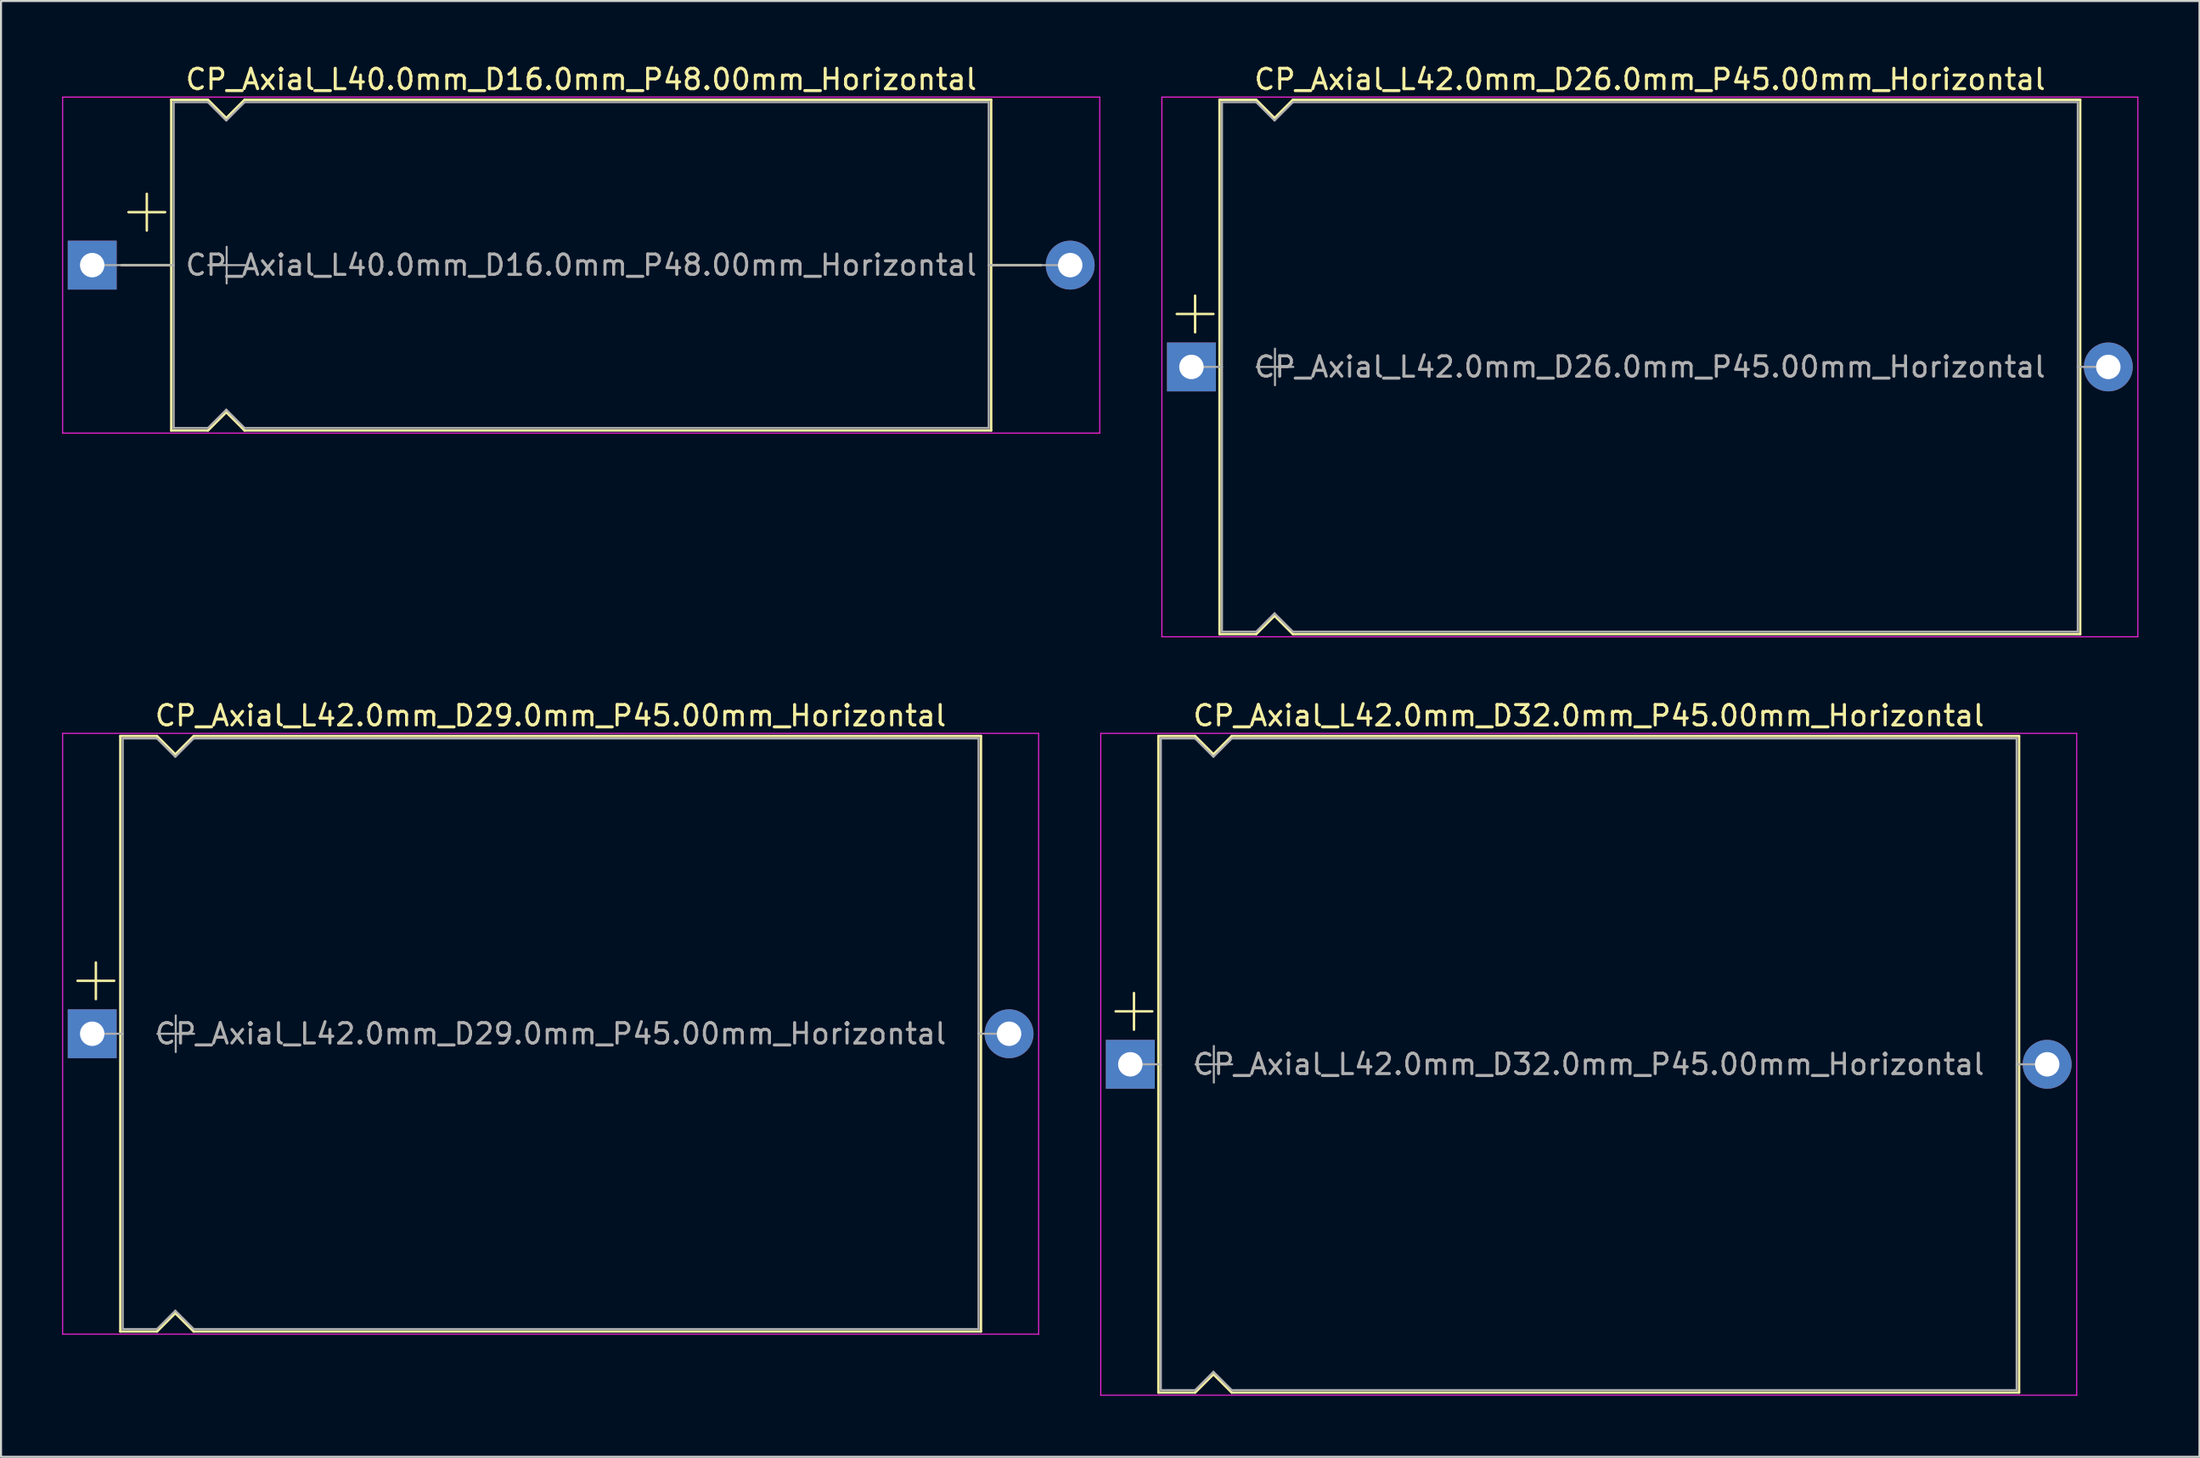
<source format=kicad_pcb>
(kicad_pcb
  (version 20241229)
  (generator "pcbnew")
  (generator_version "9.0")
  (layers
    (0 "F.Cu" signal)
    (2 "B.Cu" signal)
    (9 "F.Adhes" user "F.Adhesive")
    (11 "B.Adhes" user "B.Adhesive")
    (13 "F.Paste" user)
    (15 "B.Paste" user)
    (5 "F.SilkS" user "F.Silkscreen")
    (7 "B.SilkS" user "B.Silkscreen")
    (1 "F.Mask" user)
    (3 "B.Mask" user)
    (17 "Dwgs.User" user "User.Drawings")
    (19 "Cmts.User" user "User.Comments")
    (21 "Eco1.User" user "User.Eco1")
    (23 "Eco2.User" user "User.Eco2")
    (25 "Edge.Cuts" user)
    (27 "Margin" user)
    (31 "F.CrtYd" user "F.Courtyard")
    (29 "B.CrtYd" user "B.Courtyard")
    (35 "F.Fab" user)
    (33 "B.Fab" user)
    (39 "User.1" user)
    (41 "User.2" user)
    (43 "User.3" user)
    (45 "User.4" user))
  (footprint "CP_Axial_L42.0mm_D29.0mm_P45.00mm_Horizontal"
    (layer "F.Cu")
    (at 1.475 47.712)
    (property "Reference" "CP_Axial_L42.0mm_D29.0mm_P45.00mm_Horizontal" (at 22.5 -15.62 0) (layer "F.SilkS") (effects (font (size 1 1) (thickness 0.15))))
    (attr through_hole)
    (fp_line (start -0.72 -2.6) (end 1.08 -2.6) (stroke (width 0.12) (type solid)) (layer "F.SilkS"))
    (fp_line (start 0.18 -3.5) (end 0.18 -1.7) (stroke (width 0.12) (type solid)) (layer "F.SilkS"))
    (fp_line (start 1.38 -14.62) (end 1.38 14.62) (stroke (width 0.12) (type solid)) (layer "F.SilkS"))
    (fp_line (start 1.38 -14.62) (end 3.18 -14.62) (stroke (width 0.12) (type solid)) (layer "F.SilkS"))
    (fp_line (start 1.38 14.62) (end 3.18 14.62) (stroke (width 0.12) (type solid)) (layer "F.SilkS"))
    (fp_line (start 3.18 -14.62) (end 4.08 -13.72) (stroke (width 0.12) (type solid)) (layer "F.SilkS"))
    (fp_line (start 3.18 14.62) (end 4.08 13.72) (stroke (width 0.12) (type solid)) (layer "F.SilkS"))
    (fp_line (start 4.08 -13.72) (end 4.98 -14.62) (stroke (width 0.12) (type solid)) (layer "F.SilkS"))
    (fp_line (start 4.08 13.72) (end 4.98 14.62) (stroke (width 0.12) (type solid)) (layer "F.SilkS"))
    (fp_line (start 4.98 -14.62) (end 43.62 -14.62) (stroke (width 0.12) (type solid)) (layer "F.SilkS"))
    (fp_line (start 4.98 14.62) (end 43.62 14.62) (stroke (width 0.12) (type solid)) (layer "F.SilkS"))
    (fp_line (start 43.62 -14.62) (end 43.62 14.62) (stroke (width 0.12) (type solid)) (layer "F.SilkS"))
    (fp_line (start -1.45 -14.75) (end -1.45 14.75) (stroke (width 0.05) (type solid)) (layer "F.CrtYd"))
    (fp_line (start -1.45 14.75) (end 46.45 14.75) (stroke (width 0.05) (type solid)) (layer "F.CrtYd"))
    (fp_line (start 46.45 -14.75) (end -1.45 -14.75) (stroke (width 0.05) (type solid)) (layer "F.CrtYd"))
    (fp_line (start 46.45 14.75) (end 46.45 -14.75) (stroke (width 0.05) (type solid)) (layer "F.CrtYd"))
    (fp_line (start 0 0) (end 1.5 0) (stroke (width 0.1) (type solid)) (layer "F.Fab"))
    (fp_line (start 1.5 -14.5) (end 1.5 14.5) (stroke (width 0.1) (type solid)) (layer "F.Fab"))
    (fp_line (start 1.5 -14.5) (end 3.18 -14.5) (stroke (width 0.1) (type solid)) (layer "F.Fab"))
    (fp_line (start 1.5 14.5) (end 3.18 14.5) (stroke (width 0.1) (type solid)) (layer "F.Fab"))
    (fp_line (start 3.18 -14.5) (end 4.08 -13.6) (stroke (width 0.1) (type solid)) (layer "F.Fab"))
    (fp_line (start 3.18 14.5) (end 4.08 13.6) (stroke (width 0.1) (type solid)) (layer "F.Fab"))
    (fp_line (start 3.2 0) (end 5 0) (stroke (width 0.1) (type solid)) (layer "F.Fab"))
    (fp_line (start 4.08 -13.6) (end 4.98 -14.5) (stroke (width 0.1) (type solid)) (layer "F.Fab"))
    (fp_line (start 4.08 13.6) (end 4.98 14.5) (stroke (width 0.1) (type solid)) (layer "F.Fab"))
    (fp_line (start 4.1 -0.9) (end 4.1 0.9) (stroke (width 0.1) (type solid)) (layer "F.Fab"))
    (fp_line (start 4.98 -14.5) (end 43.5 -14.5) (stroke (width 0.1) (type solid)) (layer "F.Fab"))
    (fp_line (start 4.98 14.5) (end 43.5 14.5) (stroke (width 0.1) (type solid)) (layer "F.Fab"))
    (fp_line (start 43.5 -14.5) (end 43.5 14.5) (stroke (width 0.1) (type solid)) (layer "F.Fab"))
    (fp_line (start 45 0) (end 43.5 0) (stroke (width 0.1) (type solid)) (layer "F.Fab"))
    (fp_text user "${REFERENCE}" (at 22.5 0 0) (layer "F.Fab") (effects (font (size 1 1) (thickness 0.15))))
    (pad "1" thru_hole rect (at 0 0) (size 2.4 2.4) (drill 1.2) (layers "*.Cu" "*.Mask"))
    (pad "2" thru_hole oval (at 45 0) (size 2.4 2.4) (drill 1.2) (layers "*.Cu" "*.Mask")))
  (footprint "CP_Axial_L40.0mm_D16.0mm_P48.00mm_Horizontal"
    (layer "F.Cu")
    (at 1.475 9.968)
    (property "Reference" "CP_Axial_L40.0mm_D16.0mm_P48.00mm_Horizontal" (at 24 -9.12 0) (layer "F.SilkS") (effects (font (size 1 1) (thickness 0.15))))
    (attr through_hole)
    (fp_line (start 1.44 0) (end 3.88 0) (stroke (width 0.12) (type solid)) (layer "F.SilkS"))
    (fp_line (start 1.78 -2.6) (end 3.58 -2.6) (stroke (width 0.12) (type solid)) (layer "F.SilkS"))
    (fp_line (start 2.68 -3.5) (end 2.68 -1.7) (stroke (width 0.12) (type solid)) (layer "F.SilkS"))
    (fp_line (start 3.88 -8.12) (end 3.88 8.12) (stroke (width 0.12) (type solid)) (layer "F.SilkS"))
    (fp_line (start 3.88 -8.12) (end 5.68 -8.12) (stroke (width 0.12) (type solid)) (layer "F.SilkS"))
    (fp_line (start 3.88 8.12) (end 5.68 8.12) (stroke (width 0.12) (type solid)) (layer "F.SilkS"))
    (fp_line (start 5.68 -8.12) (end 6.58 -7.22) (stroke (width 0.12) (type solid)) (layer "F.SilkS"))
    (fp_line (start 5.68 8.12) (end 6.58 7.22) (stroke (width 0.12) (type solid)) (layer "F.SilkS"))
    (fp_line (start 6.58 -7.22) (end 7.48 -8.12) (stroke (width 0.12) (type solid)) (layer "F.SilkS"))
    (fp_line (start 6.58 7.22) (end 7.48 8.12) (stroke (width 0.12) (type solid)) (layer "F.SilkS"))
    (fp_line (start 7.48 -8.12) (end 44.12 -8.12) (stroke (width 0.12) (type solid)) (layer "F.SilkS"))
    (fp_line (start 7.48 8.12) (end 44.12 8.12) (stroke (width 0.12) (type solid)) (layer "F.SilkS"))
    (fp_line (start 44.12 -8.12) (end 44.12 8.12) (stroke (width 0.12) (type solid)) (layer "F.SilkS"))
    (fp_line (start 46.56 0) (end 44.12 0) (stroke (width 0.12) (type solid)) (layer "F.SilkS"))
    (fp_line (start -1.45 -8.25) (end -1.45 8.25) (stroke (width 0.05) (type solid)) (layer "F.CrtYd"))
    (fp_line (start -1.45 8.25) (end 49.45 8.25) (stroke (width 0.05) (type solid)) (layer "F.CrtYd"))
    (fp_line (start 49.45 -8.25) (end -1.45 -8.25) (stroke (width 0.05) (type solid)) (layer "F.CrtYd"))
    (fp_line (start 49.45 8.25) (end 49.45 -8.25) (stroke (width 0.05) (type solid)) (layer "F.CrtYd"))
    (fp_line (start 0 0) (end 4 0) (stroke (width 0.1) (type solid)) (layer "F.Fab"))
    (fp_line (start 4 -8) (end 4 8) (stroke (width 0.1) (type solid)) (layer "F.Fab"))
    (fp_line (start 4 -8) (end 5.68 -8) (stroke (width 0.1) (type solid)) (layer "F.Fab"))
    (fp_line (start 4 8) (end 5.68 8) (stroke (width 0.1) (type solid)) (layer "F.Fab"))
    (fp_line (start 5.68 -8) (end 6.58 -7.1) (stroke (width 0.1) (type solid)) (layer "F.Fab"))
    (fp_line (start 5.68 8) (end 6.58 7.1) (stroke (width 0.1) (type solid)) (layer "F.Fab"))
    (fp_line (start 5.7 0) (end 7.5 0) (stroke (width 0.1) (type solid)) (layer "F.Fab"))
    (fp_line (start 6.58 -7.1) (end 7.48 -8) (stroke (width 0.1) (type solid)) (layer "F.Fab"))
    (fp_line (start 6.58 7.1) (end 7.48 8) (stroke (width 0.1) (type solid)) (layer "F.Fab"))
    (fp_line (start 6.6 -0.9) (end 6.6 0.9) (stroke (width 0.1) (type solid)) (layer "F.Fab"))
    (fp_line (start 7.48 -8) (end 44 -8) (stroke (width 0.1) (type solid)) (layer "F.Fab"))
    (fp_line (start 7.48 8) (end 44 8) (stroke (width 0.1) (type solid)) (layer "F.Fab"))
    (fp_line (start 44 -8) (end 44 8) (stroke (width 0.1) (type solid)) (layer "F.Fab"))
    (fp_line (start 48 0) (end 44 0) (stroke (width 0.1) (type solid)) (layer "F.Fab"))
    (fp_text user "${REFERENCE}" (at 24 0 0) (layer "F.Fab") (effects (font (size 1 1) (thickness 0.15))))
    (pad "1" thru_hole rect (at 0 0) (size 2.4 2.4) (drill 1.2) (layers "*.Cu" "*.Mask"))
    (pad "2" thru_hole oval (at 48 0) (size 2.4 2.4) (drill 1.2) (layers "*.Cu" "*.Mask")))
  (footprint "CP_Axial_L42.0mm_D26.0mm_P45.00mm_Horizontal"
    (layer "F.Cu")
    (at 55.425 14.968)
    (property "Reference" "CP_Axial_L42.0mm_D26.0mm_P45.00mm_Horizontal" (at 22.5 -14.12 0) (layer "F.SilkS") (effects (font (size 1 1) (thickness 0.15))))
    (attr through_hole)
    (fp_line (start -0.72 -2.6) (end 1.08 -2.6) (stroke (width 0.12) (type solid)) (layer "F.SilkS"))
    (fp_line (start 0.18 -3.5) (end 0.18 -1.7) (stroke (width 0.12) (type solid)) (layer "F.SilkS"))
    (fp_line (start 1.38 -13.12) (end 1.38 13.12) (stroke (width 0.12) (type solid)) (layer "F.SilkS"))
    (fp_line (start 1.38 -13.12) (end 3.18 -13.12) (stroke (width 0.12) (type solid)) (layer "F.SilkS"))
    (fp_line (start 1.38 13.12) (end 3.18 13.12) (stroke (width 0.12) (type solid)) (layer "F.SilkS"))
    (fp_line (start 3.18 -13.12) (end 4.08 -12.22) (stroke (width 0.12) (type solid)) (layer "F.SilkS"))
    (fp_line (start 3.18 13.12) (end 4.08 12.22) (stroke (width 0.12) (type solid)) (layer "F.SilkS"))
    (fp_line (start 4.08 -12.22) (end 4.98 -13.12) (stroke (width 0.12) (type solid)) (layer "F.SilkS"))
    (fp_line (start 4.08 12.22) (end 4.98 13.12) (stroke (width 0.12) (type solid)) (layer "F.SilkS"))
    (fp_line (start 4.98 -13.12) (end 43.62 -13.12) (stroke (width 0.12) (type solid)) (layer "F.SilkS"))
    (fp_line (start 4.98 13.12) (end 43.62 13.12) (stroke (width 0.12) (type solid)) (layer "F.SilkS"))
    (fp_line (start 43.62 -13.12) (end 43.62 13.12) (stroke (width 0.12) (type solid)) (layer "F.SilkS"))
    (fp_line (start -1.45 -13.25) (end -1.45 13.25) (stroke (width 0.05) (type solid)) (layer "F.CrtYd"))
    (fp_line (start -1.45 13.25) (end 46.45 13.25) (stroke (width 0.05) (type solid)) (layer "F.CrtYd"))
    (fp_line (start 46.45 -13.25) (end -1.45 -13.25) (stroke (width 0.05) (type solid)) (layer "F.CrtYd"))
    (fp_line (start 46.45 13.25) (end 46.45 -13.25) (stroke (width 0.05) (type solid)) (layer "F.CrtYd"))
    (fp_line (start 0 0) (end 1.5 0) (stroke (width 0.1) (type solid)) (layer "F.Fab"))
    (fp_line (start 1.5 -13) (end 1.5 13) (stroke (width 0.1) (type solid)) (layer "F.Fab"))
    (fp_line (start 1.5 -13) (end 3.18 -13) (stroke (width 0.1) (type solid)) (layer "F.Fab"))
    (fp_line (start 1.5 13) (end 3.18 13) (stroke (width 0.1) (type solid)) (layer "F.Fab"))
    (fp_line (start 3.18 -13) (end 4.08 -12.1) (stroke (width 0.1) (type solid)) (layer "F.Fab"))
    (fp_line (start 3.18 13) (end 4.08 12.1) (stroke (width 0.1) (type solid)) (layer "F.Fab"))
    (fp_line (start 3.2 0) (end 5 0) (stroke (width 0.1) (type solid)) (layer "F.Fab"))
    (fp_line (start 4.08 -12.1) (end 4.98 -13) (stroke (width 0.1) (type solid)) (layer "F.Fab"))
    (fp_line (start 4.08 12.1) (end 4.98 13) (stroke (width 0.1) (type solid)) (layer "F.Fab"))
    (fp_line (start 4.1 -0.9) (end 4.1 0.9) (stroke (width 0.1) (type solid)) (layer "F.Fab"))
    (fp_line (start 4.98 -13) (end 43.5 -13) (stroke (width 0.1) (type solid)) (layer "F.Fab"))
    (fp_line (start 4.98 13) (end 43.5 13) (stroke (width 0.1) (type solid)) (layer "F.Fab"))
    (fp_line (start 43.5 -13) (end 43.5 13) (stroke (width 0.1) (type solid)) (layer "F.Fab"))
    (fp_line (start 45 0) (end 43.5 0) (stroke (width 0.1) (type solid)) (layer "F.Fab"))
    (fp_text user "${REFERENCE}" (at 22.5 0 0) (layer "F.Fab") (effects (font (size 1 1) (thickness 0.15))))
    (pad "1" thru_hole rect (at 0 0) (size 2.4 2.4) (drill 1.2) (layers "*.Cu" "*.Mask"))
    (pad "2" thru_hole oval (at 45 0) (size 2.4 2.4) (drill 1.2) (layers "*.Cu" "*.Mask")))
  (footprint "CP_Axial_L42.0mm_D32.0mm_P45.00mm_Horizontal"
    (layer "F.Cu")
    (at 52.425 49.212)
    (property "Reference" "CP_Axial_L42.0mm_D32.0mm_P45.00mm_Horizontal" (at 22.5 -17.12 0) (layer "F.SilkS") (effects (font (size 1 1) (thickness 0.15))))
    (attr through_hole)
    (fp_line (start -0.72 -2.6) (end 1.08 -2.6) (stroke (width 0.12) (type solid)) (layer "F.SilkS"))
    (fp_line (start 0.18 -3.5) (end 0.18 -1.7) (stroke (width 0.12) (type solid)) (layer "F.SilkS"))
    (fp_line (start 1.38 -16.12) (end 1.38 16.12) (stroke (width 0.12) (type solid)) (layer "F.SilkS"))
    (fp_line (start 1.38 -16.12) (end 3.18 -16.12) (stroke (width 0.12) (type solid)) (layer "F.SilkS"))
    (fp_line (start 1.38 16.12) (end 3.18 16.12) (stroke (width 0.12) (type solid)) (layer "F.SilkS"))
    (fp_line (start 3.18 -16.12) (end 4.08 -15.22) (stroke (width 0.12) (type solid)) (layer "F.SilkS"))
    (fp_line (start 3.18 16.12) (end 4.08 15.22) (stroke (width 0.12) (type solid)) (layer "F.SilkS"))
    (fp_line (start 4.08 -15.22) (end 4.98 -16.12) (stroke (width 0.12) (type solid)) (layer "F.SilkS"))
    (fp_line (start 4.08 15.22) (end 4.98 16.12) (stroke (width 0.12) (type solid)) (layer "F.SilkS"))
    (fp_line (start 4.98 -16.12) (end 43.62 -16.12) (stroke (width 0.12) (type solid)) (layer "F.SilkS"))
    (fp_line (start 4.98 16.12) (end 43.62 16.12) (stroke (width 0.12) (type solid)) (layer "F.SilkS"))
    (fp_line (start 43.62 -16.12) (end 43.62 16.12) (stroke (width 0.12) (type solid)) (layer "F.SilkS"))
    (fp_line (start -1.45 -16.25) (end -1.45 16.25) (stroke (width 0.05) (type solid)) (layer "F.CrtYd"))
    (fp_line (start -1.45 16.25) (end 46.45 16.25) (stroke (width 0.05) (type solid)) (layer "F.CrtYd"))
    (fp_line (start 46.45 -16.25) (end -1.45 -16.25) (stroke (width 0.05) (type solid)) (layer "F.CrtYd"))
    (fp_line (start 46.45 16.25) (end 46.45 -16.25) (stroke (width 0.05) (type solid)) (layer "F.CrtYd"))
    (fp_line (start 0 0) (end 1.5 0) (stroke (width 0.1) (type solid)) (layer "F.Fab"))
    (fp_line (start 1.5 -16) (end 1.5 16) (stroke (width 0.1) (type solid)) (layer "F.Fab"))
    (fp_line (start 1.5 -16) (end 3.18 -16) (stroke (width 0.1) (type solid)) (layer "F.Fab"))
    (fp_line (start 1.5 16) (end 3.18 16) (stroke (width 0.1) (type solid)) (layer "F.Fab"))
    (fp_line (start 3.18 -16) (end 4.08 -15.1) (stroke (width 0.1) (type solid)) (layer "F.Fab"))
    (fp_line (start 3.18 16) (end 4.08 15.1) (stroke (width 0.1) (type solid)) (layer "F.Fab"))
    (fp_line (start 3.2 0) (end 5 0) (stroke (width 0.1) (type solid)) (layer "F.Fab"))
    (fp_line (start 4.08 -15.1) (end 4.98 -16) (stroke (width 0.1) (type solid)) (layer "F.Fab"))
    (fp_line (start 4.08 15.1) (end 4.98 16) (stroke (width 0.1) (type solid)) (layer "F.Fab"))
    (fp_line (start 4.1 -0.9) (end 4.1 0.9) (stroke (width 0.1) (type solid)) (layer "F.Fab"))
    (fp_line (start 4.98 -16) (end 43.5 -16) (stroke (width 0.1) (type solid)) (layer "F.Fab"))
    (fp_line (start 4.98 16) (end 43.5 16) (stroke (width 0.1) (type solid)) (layer "F.Fab"))
    (fp_line (start 43.5 -16) (end 43.5 16) (stroke (width 0.1) (type solid)) (layer "F.Fab"))
    (fp_line (start 45 0) (end 43.5 0) (stroke (width 0.1) (type solid)) (layer "F.Fab"))
    (fp_text user "${REFERENCE}" (at 22.5 0 0) (layer "F.Fab") (effects (font (size 1 1) (thickness 0.15))))
    (pad "1" thru_hole rect (at 0 0) (size 2.4 2.4) (drill 1.2) (layers "*.Cu" "*.Mask"))
    (pad "2" thru_hole oval (at 45 0) (size 2.4 2.4) (drill 1.2) (layers "*.Cu" "*.Mask")))
  (gr_rect
    (start -3 -3)
    (end 104.9 68.487)
    (stroke (width 0.1) (type default))
    (fill no)
    (layer "Edge.Cuts")))
</source>
